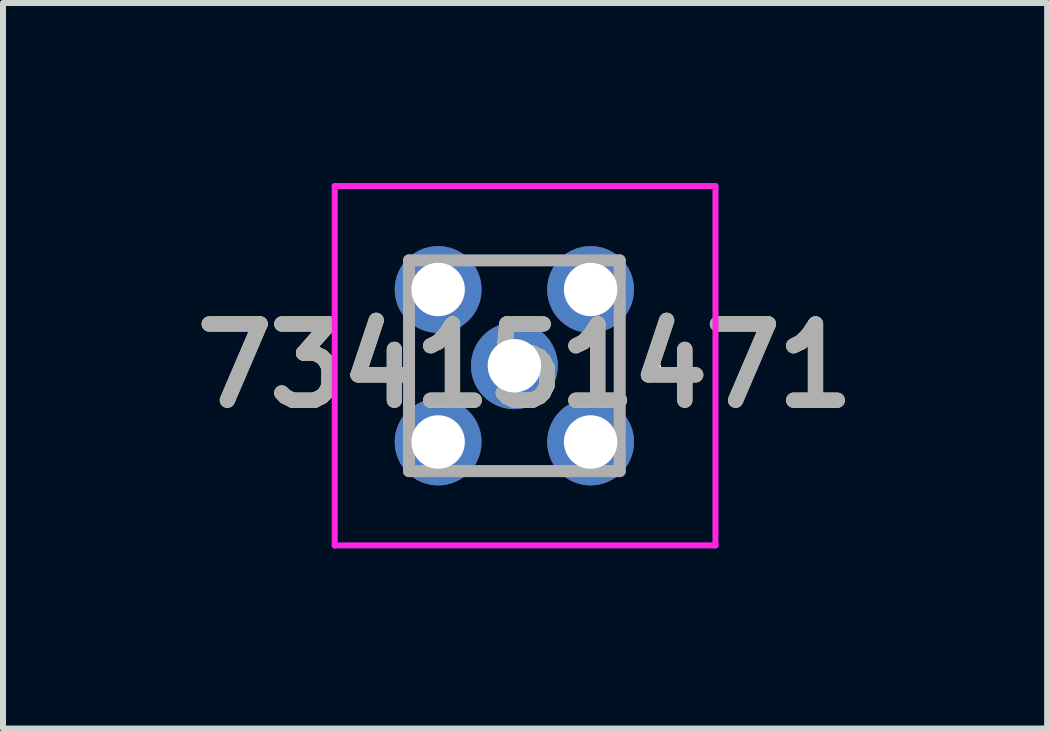
<source format=kicad_pcb>
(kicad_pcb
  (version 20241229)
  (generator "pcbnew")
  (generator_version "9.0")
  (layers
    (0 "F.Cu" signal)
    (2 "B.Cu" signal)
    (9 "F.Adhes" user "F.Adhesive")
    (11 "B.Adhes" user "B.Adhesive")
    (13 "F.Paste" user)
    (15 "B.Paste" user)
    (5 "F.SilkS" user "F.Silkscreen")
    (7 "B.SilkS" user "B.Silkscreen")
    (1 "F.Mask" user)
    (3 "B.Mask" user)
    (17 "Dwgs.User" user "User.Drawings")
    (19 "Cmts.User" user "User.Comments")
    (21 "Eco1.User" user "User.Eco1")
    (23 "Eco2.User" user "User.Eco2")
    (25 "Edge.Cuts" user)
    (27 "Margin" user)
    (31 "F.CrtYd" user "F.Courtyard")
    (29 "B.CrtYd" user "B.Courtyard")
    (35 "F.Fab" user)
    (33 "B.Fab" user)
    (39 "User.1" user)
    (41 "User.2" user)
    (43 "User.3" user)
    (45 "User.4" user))
  (footprint "734151471"
    (layer "F.Cu")
    (at 5.519 3.043)
    (property "Reference" "734151471" (at 0.178 0 0) (layer "F.SilkS") (effects (font (size 1.27 1.27) (thickness 0.254))))
    (attr through_hole)
    (fp_line (start 2.3 0) (end 2.3 0) (stroke (width 0.2) (type solid)) (layer "F.SilkS"))
    (fp_line (start 2.3 0.1) (end 2.3 0.1) (stroke (width 0.2) (type solid)) (layer "F.SilkS"))
    (fp_line (start 2.3 0.1) (end 2.3 0.1) (stroke (width 0.2) (type solid)) (layer "F.SilkS"))
    (fp_arc (start 2.3 0) (mid 2.35 0.05) (end 2.3 0.1) (stroke (width 0.2) (type solid)) (layer "F.SilkS"))
    (fp_arc (start 2.3 0) (mid 2.35 0.05) (end 2.3 0.1) (stroke (width 0.2) (type solid)) (layer "F.SilkS"))
    (fp_arc (start 2.3 0.1) (mid 2.25 0.05) (end 2.3 0) (stroke (width 0.2) (type solid)) (layer "F.SilkS"))
    (fp_line (start -2.993 -2.993) (end 3.35 -2.993) (stroke (width 0.1) (type solid)) (layer "F.CrtYd"))
    (fp_line (start -2.993 2.993) (end -2.993 -2.993) (stroke (width 0.1) (type solid)) (layer "F.CrtYd"))
    (fp_line (start 3.35 -2.993) (end 3.35 2.993) (stroke (width 0.1) (type solid)) (layer "F.CrtYd"))
    (fp_line (start 3.35 2.993) (end -2.993 2.993) (stroke (width 0.1) (type solid)) (layer "F.CrtYd"))
    (fp_line (start -1.755 -1.755) (end -1.755 1.755) (stroke (width 0.2) (type solid)) (layer "F.Fab"))
    (fp_line (start -1.755 1.755) (end 1.755 1.755) (stroke (width 0.2) (type solid)) (layer "F.Fab"))
    (fp_line (start 1.755 -1.755) (end -1.755 -1.755) (stroke (width 0.2) (type solid)) (layer "F.Fab"))
    (fp_line (start 1.755 1.755) (end 1.755 -1.755) (stroke (width 0.2) (type solid)) (layer "F.Fab"))
    (fp_text user "${REFERENCE}" (at 0.178 0 0) (layer "F.Fab") (effects (font (size 1.27 1.27) (thickness 0.254))))
    (pad "1" thru_hole circle (at 0 0) (size 1.446 1.446) (drill 0.89) (layers "*.Cu" "*.Mask"))
    (pad "2" thru_hole circle (at 1.27 1.27) (size 1.446 1.446) (drill 0.89) (layers "*.Cu" "*.Mask"))
    (pad "3" thru_hole circle (at 1.27 -1.27) (size 1.446 1.446) (drill 0.89) (layers "*.Cu" "*.Mask"))
    (pad "4" thru_hole circle (at -1.27 -1.27) (size 1.446 1.446) (drill 0.89) (layers "*.Cu" "*.Mask"))
    (pad "5" thru_hole circle (at -1.27 1.27) (size 1.446 1.446) (drill 0.89) (layers "*.Cu" "*.Mask")))
  (gr_rect
    (start -3 -3)
    (end 14.394 9.086)
    (stroke (width 0.1) (type default))
    (fill no)
    (layer "Edge.Cuts")))
</source>
